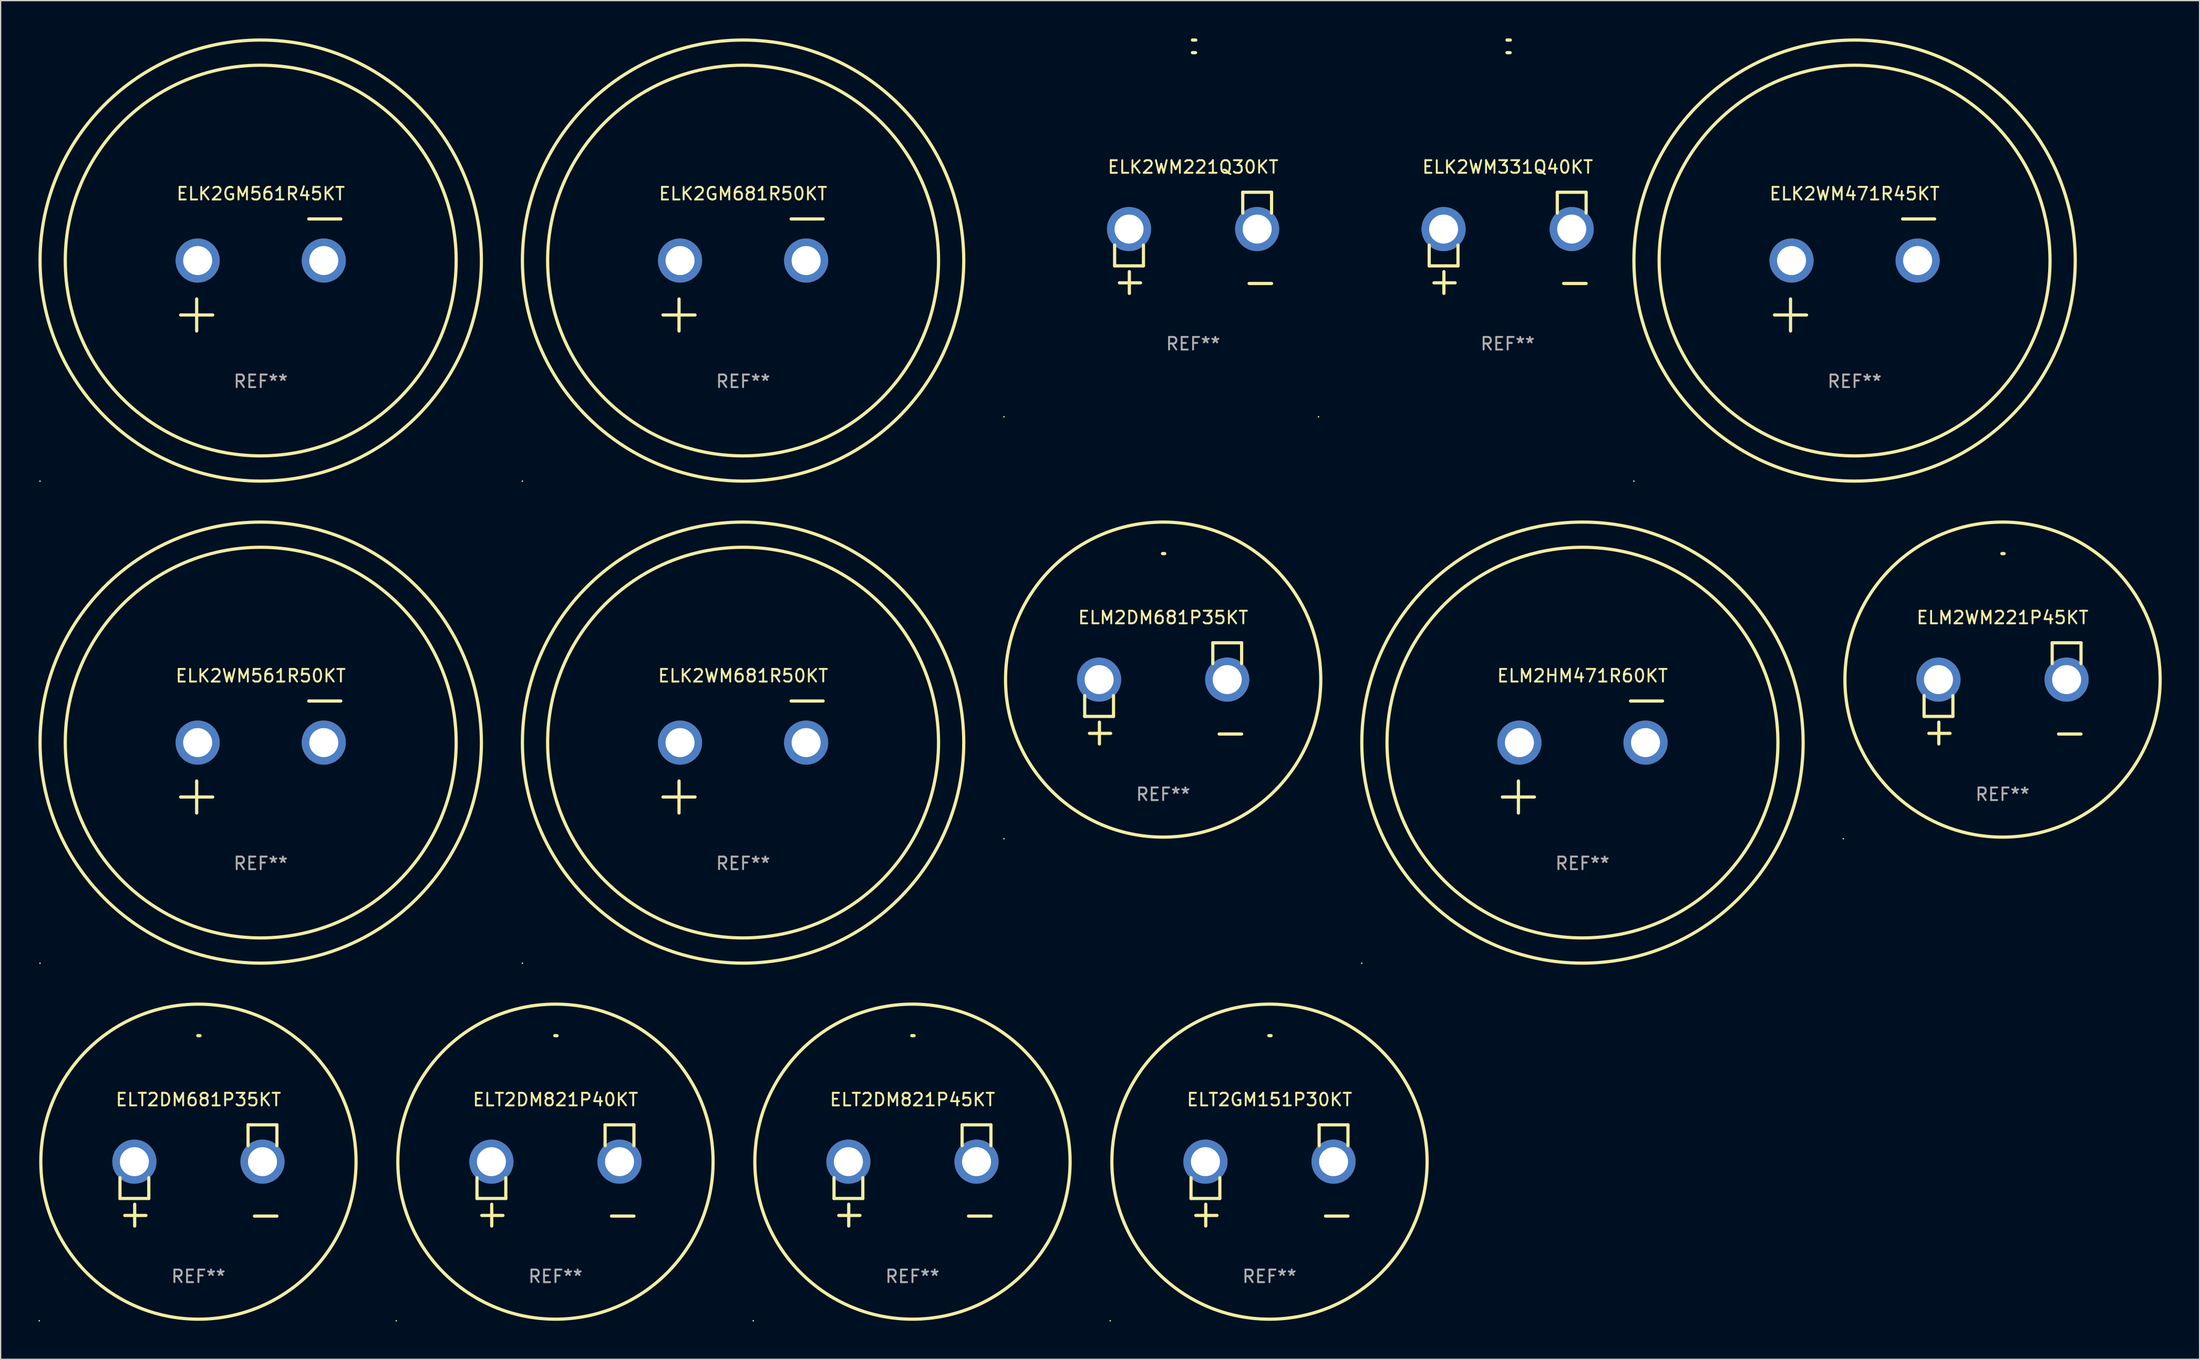
<source format=kicad_pcb>
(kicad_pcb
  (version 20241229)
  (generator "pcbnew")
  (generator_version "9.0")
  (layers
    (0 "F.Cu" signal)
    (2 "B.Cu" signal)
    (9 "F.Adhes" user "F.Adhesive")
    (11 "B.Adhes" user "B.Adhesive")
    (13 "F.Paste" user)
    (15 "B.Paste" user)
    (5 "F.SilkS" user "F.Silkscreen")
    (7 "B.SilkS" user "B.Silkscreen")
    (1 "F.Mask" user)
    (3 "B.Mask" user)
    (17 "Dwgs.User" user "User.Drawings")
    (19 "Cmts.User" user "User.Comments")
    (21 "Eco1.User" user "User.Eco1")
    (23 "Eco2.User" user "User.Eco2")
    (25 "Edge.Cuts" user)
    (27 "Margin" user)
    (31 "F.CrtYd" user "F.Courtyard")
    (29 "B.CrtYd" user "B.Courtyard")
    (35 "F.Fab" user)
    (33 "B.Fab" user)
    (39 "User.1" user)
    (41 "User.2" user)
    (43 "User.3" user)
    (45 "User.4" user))
  (footprint "ELK2GM681R50KT"
    (layer "F.Cu")
    (at 55.881 18.77)
    (property "Reference" "ELK2GM681R50KT" (at 0 -6.445 0) (layer "F.SilkS") (effects (font (size 1 1) (thickness 0.15))))
    (attr through_hole)
    (fp_line (start -6.35 3.175) (end -3.81 3.175) (stroke (width 0.254) (type solid)) (layer "F.SilkS"))
    (fp_line (start -5.08 1.905) (end -5.08 4.445) (stroke (width 0.254) (type solid)) (layer "F.SilkS"))
    (fp_line (start 3.81 -4.445) (end 6.35 -4.445) (stroke (width 0.254) (type solid)) (layer "F.SilkS"))
    (fp_circle (center -17.505 16.362) (end -17.475 16.362) (stroke (width 0.06) (type solid)) (fill no) (layer "F.SilkS"))
    (fp_circle (center 0 -1.143) (end 15.5 -1.143) (stroke (width 0.254) (type solid)) (fill no) (layer "F.SilkS"))
    (fp_circle (center 0 -1.143) (end 17.5 -1.143) (stroke (width 0.254) (type solid)) (fill no) (layer "F.SilkS"))
    (fp_text user "REF**" (at 0 8.445 0) (layer "F.Fab") (effects (font (size 1 1) (thickness 0.15))))
    (pad "1" thru_hole circle (at -5 -1.143) (size 3.5 3.5) (drill 2.3) (layers "*.Cu" "*.Mask"))
    (pad "2" thru_hole circle (at 5 -1.143) (size 3.5 3.5) (drill 2.3) (layers "*.Cu" "*.Mask")))
  (footprint "ELK2WM331Q40KT"
    (layer "F.Cu")
    (at 116.515 16.22)
    (property "Reference" "ELK2WM331Q40KT" (at 0 -6.013 0) (layer "F.SilkS") (effects (font (size 1 1) (thickness 0.15))))
    (attr through_hole)
    (fp_line (start -6.223 0.178) (end -6.223 1.829) (stroke (width 0.254) (type solid)) (layer "F.SilkS"))
    (fp_line (start -6.223 1.829) (end -3.937 1.829) (stroke (width 0.254) (type solid)) (layer "F.SilkS"))
    (fp_line (start -5.055 4.013) (end -5.055 2.286) (stroke (width 0.254) (type solid)) (layer "F.SilkS"))
    (fp_line (start -4.166 3.175) (end -5.842 3.175) (stroke (width 0.254) (type solid)) (layer "F.SilkS"))
    (fp_line (start -3.937 1.829) (end -3.937 0.178) (stroke (width 0.254) (type solid)) (layer "F.SilkS"))
    (fp_line (start 3.937 -4.013) (end 3.937 -2.362) (stroke (width 0.254) (type solid)) (layer "F.SilkS"))
    (fp_line (start 6.223 -4.013) (end 3.937 -4.013) (stroke (width 0.254) (type solid)) (layer "F.SilkS"))
    (fp_line (start 6.223 -2.362) (end 6.223 -4.013) (stroke (width 0.254) (type solid)) (layer "F.SilkS"))
    (fp_line (start 6.223 3.226) (end 4.445 3.226) (stroke (width 0.254) (type solid)) (layer "F.SilkS"))
    (fp_arc (start -0.0508 -16.093472) (mid 0.080016 -16.092762) (end 0.210821 -16.090932) (stroke (width 0.254001) (type solid)) (layer "F.SilkS"))
    (fp_arc (start -0.0508 -15.09271) (mid 0.071125 -15.091961) (end 0.19304 -15.09017) (stroke (width 0.254001) (type solid)) (layer "F.SilkS"))
    (fp_circle (center -15 13.808) (end -14.97 13.808) (stroke (width 0.06) (type solid)) (fill no) (layer "F.SilkS"))
    (fp_text user "REF**" (at 0 8.013 0) (layer "F.Fab") (effects (font (size 1 1) (thickness 0.15))))
    (pad "1" thru_hole circle (at -5.08 -1.092) (size 3.5 3.5) (drill 2.3) (layers "*.Cu" "*.Mask"))
    (pad "2" thru_hole circle (at 5.08 -1.092) (size 3.5 3.5) (drill 2.3) (layers "*.Cu" "*.Mask")))
  (footprint "ELK2GM561R45KT"
    (layer "F.Cu")
    (at 17.627 18.77)
    (property "Reference" "ELK2GM561R45KT" (at 0 -6.445 0) (layer "F.SilkS") (effects (font (size 1 1) (thickness 0.15))))
    (attr through_hole)
    (fp_line (start -6.35 3.175) (end -3.81 3.175) (stroke (width 0.254) (type solid)) (layer "F.SilkS"))
    (fp_line (start -5.08 1.905) (end -5.08 4.445) (stroke (width 0.254) (type solid)) (layer "F.SilkS"))
    (fp_line (start 3.81 -4.445) (end 6.35 -4.445) (stroke (width 0.254) (type solid)) (layer "F.SilkS"))
    (fp_circle (center -17.505 16.362) (end -17.475 16.362) (stroke (width 0.06) (type solid)) (fill no) (layer "F.SilkS"))
    (fp_circle (center 0 -1.143) (end 15.5 -1.143) (stroke (width 0.254) (type solid)) (fill no) (layer "F.SilkS"))
    (fp_circle (center 0 -1.143) (end 17.5 -1.143) (stroke (width 0.254) (type solid)) (fill no) (layer "F.SilkS"))
    (fp_text user "REF**" (at 0 8.445 0) (layer "F.Fab") (effects (font (size 1 1) (thickness 0.15))))
    (pad "1" thru_hole circle (at -5 -1.143) (size 3.5 3.5) (drill 2.3) (layers "*.Cu" "*.Mask"))
    (pad "2" thru_hole circle (at 5 -1.143) (size 3.5 3.5) (drill 2.3) (layers "*.Cu" "*.Mask")))
  (footprint "ELM2HM471R60KT"
    (layer "F.Cu")
    (at 122.449 57.024)
    (property "Reference" "ELM2HM471R60KT" (at 0 -6.445 0) (layer "F.SilkS") (effects (font (size 1 1) (thickness 0.15))))
    (attr through_hole)
    (fp_line (start -6.35 3.175) (end -3.81 3.175) (stroke (width 0.254) (type solid)) (layer "F.SilkS"))
    (fp_line (start -5.08 1.905) (end -5.08 4.445) (stroke (width 0.254) (type solid)) (layer "F.SilkS"))
    (fp_line (start 3.81 -4.445) (end 6.35 -4.445) (stroke (width 0.254) (type solid)) (layer "F.SilkS"))
    (fp_circle (center -17.505 16.362) (end -17.475 16.362) (stroke (width 0.06) (type solid)) (fill no) (layer "F.SilkS"))
    (fp_circle (center 0 -1.143) (end 15.5 -1.143) (stroke (width 0.254) (type solid)) (fill no) (layer "F.SilkS"))
    (fp_circle (center 0 -1.143) (end 17.5 -1.143) (stroke (width 0.254) (type solid)) (fill no) (layer "F.SilkS"))
    (fp_text user "REF**" (at 0 8.445 0) (layer "F.Fab") (effects (font (size 1 1) (thickness 0.15))))
    (pad "1" thru_hole circle (at -5 -1.143) (size 3.5 3.5) (drill 2.3) (layers "*.Cu" "*.Mask"))
    (pad "2" thru_hole circle (at 5 -1.143) (size 3.5 3.5) (drill 2.3) (layers "*.Cu" "*.Mask")))
  (footprint "ELK2WM221Q30KT"
    (layer "F.Cu")
    (at 91.569 16.22)
    (property "Reference" "ELK2WM221Q30KT" (at 0 -6.013 0) (layer "F.SilkS") (effects (font (size 1 1) (thickness 0.15))))
    (attr through_hole)
    (fp_line (start -6.223 0.178) (end -6.223 1.829) (stroke (width 0.254) (type solid)) (layer "F.SilkS"))
    (fp_line (start -6.223 1.829) (end -3.937 1.829) (stroke (width 0.254) (type solid)) (layer "F.SilkS"))
    (fp_line (start -5.055 4.013) (end -5.055 2.286) (stroke (width 0.254) (type solid)) (layer "F.SilkS"))
    (fp_line (start -4.166 3.175) (end -5.842 3.175) (stroke (width 0.254) (type solid)) (layer "F.SilkS"))
    (fp_line (start -3.937 1.829) (end -3.937 0.178) (stroke (width 0.254) (type solid)) (layer "F.SilkS"))
    (fp_line (start 3.937 -4.013) (end 3.937 -2.362) (stroke (width 0.254) (type solid)) (layer "F.SilkS"))
    (fp_line (start 6.223 -4.013) (end 3.937 -4.013) (stroke (width 0.254) (type solid)) (layer "F.SilkS"))
    (fp_line (start 6.223 -2.362) (end 6.223 -4.013) (stroke (width 0.254) (type solid)) (layer "F.SilkS"))
    (fp_line (start 6.223 3.226) (end 4.445 3.226) (stroke (width 0.254) (type solid)) (layer "F.SilkS"))
    (fp_arc (start -0.0508 -16.093472) (mid 0.080016 -16.092762) (end 0.210821 -16.090932) (stroke (width 0.254001) (type solid)) (layer "F.SilkS"))
    (fp_arc (start -0.0508 -15.09271) (mid 0.071125 -15.091961) (end 0.19304 -15.09017) (stroke (width 0.254001) (type solid)) (layer "F.SilkS"))
    (fp_circle (center -15 13.808) (end -14.97 13.808) (stroke (width 0.06) (type solid)) (fill no) (layer "F.SilkS"))
    (fp_text user "REF**" (at 0 8.013 0) (layer "F.Fab") (effects (font (size 1 1) (thickness 0.15))))
    (pad "1" thru_hole circle (at -5.08 -1.092) (size 3.5 3.5) (drill 2.3) (layers "*.Cu" "*.Mask"))
    (pad "2" thru_hole circle (at 5.08 -1.092) (size 3.5 3.5) (drill 2.3) (layers "*.Cu" "*.Mask")))
  (footprint "ELT2DM821P40KT"
    (layer "F.Cu")
    (at 41.001 90.228)
    (property "Reference" "ELT2DM821P40KT" (at 0 -6.013 0) (layer "F.SilkS") (effects (font (size 1 1) (thickness 0.15))))
    (attr through_hole)
    (fp_line (start -6.223 0.178) (end -6.223 1.829) (stroke (width 0.254) (type solid)) (layer "F.SilkS"))
    (fp_line (start -6.223 1.829) (end -3.937 1.829) (stroke (width 0.254) (type solid)) (layer "F.SilkS"))
    (fp_line (start -5.055 4.013) (end -5.055 2.286) (stroke (width 0.254) (type solid)) (layer "F.SilkS"))
    (fp_line (start -4.166 3.175) (end -5.842 3.175) (stroke (width 0.254) (type solid)) (layer "F.SilkS"))
    (fp_line (start -3.937 1.829) (end -3.937 0.178) (stroke (width 0.254) (type solid)) (layer "F.SilkS"))
    (fp_line (start 3.937 -4.013) (end 3.937 -2.362) (stroke (width 0.254) (type solid)) (layer "F.SilkS"))
    (fp_line (start 6.223 -4.013) (end 3.937 -4.013) (stroke (width 0.254) (type solid)) (layer "F.SilkS"))
    (fp_line (start 6.223 -2.362) (end 6.223 -4.013) (stroke (width 0.254) (type solid)) (layer "F.SilkS"))
    (fp_line (start 6.223 3.226) (end 4.445 3.226) (stroke (width 0.254) (type solid)) (layer "F.SilkS"))
    (fp_arc (start -0.0508 -11.092202) (mid 0.036835 -11.091307) (end 0.12446 -11.089662) (stroke (width 0.254001) (type solid)) (layer "F.SilkS"))
    (fp_circle (center -12.627 11.535) (end -12.597 11.535) (stroke (width 0.06) (type solid)) (fill no) (layer "F.SilkS"))
    (fp_circle (center 0 -1.092) (end 12.5 -1.092) (stroke (width 0.254) (type solid)) (fill no) (layer "F.SilkS"))
    (fp_text user "REF**" (at 0 8.013 0) (layer "F.Fab") (effects (font (size 1 1) (thickness 0.15))))
    (pad "1" thru_hole circle (at -5.08 -1.092) (size 3.5 3.5) (drill 2.3) (layers "*.Cu" "*.Mask"))
    (pad "2" thru_hole circle (at 5.08 -1.092) (size 3.5 3.5) (drill 2.3) (layers "*.Cu" "*.Mask")))
  (footprint "ELK2WM471R45KT"
    (layer "F.Cu")
    (at 144.029 18.77)
    (property "Reference" "ELK2WM471R45KT" (at 0 -6.445 0) (layer "F.SilkS") (effects (font (size 1 1) (thickness 0.15))))
    (attr through_hole)
    (fp_line (start -6.35 3.175) (end -3.81 3.175) (stroke (width 0.254) (type solid)) (layer "F.SilkS"))
    (fp_line (start -5.08 1.905) (end -5.08 4.445) (stroke (width 0.254) (type solid)) (layer "F.SilkS"))
    (fp_line (start 3.81 -4.445) (end 6.35 -4.445) (stroke (width 0.254) (type solid)) (layer "F.SilkS"))
    (fp_circle (center -17.505 16.362) (end -17.475 16.362) (stroke (width 0.06) (type solid)) (fill no) (layer "F.SilkS"))
    (fp_circle (center 0 -1.143) (end 15.5 -1.143) (stroke (width 0.254) (type solid)) (fill no) (layer "F.SilkS"))
    (fp_circle (center 0 -1.143) (end 17.5 -1.143) (stroke (width 0.254) (type solid)) (fill no) (layer "F.SilkS"))
    (fp_text user "REF**" (at 0 8.445 0) (layer "F.Fab") (effects (font (size 1 1) (thickness 0.15))))
    (pad "1" thru_hole circle (at -5 -1.143) (size 3.5 3.5) (drill 2.3) (layers "*.Cu" "*.Mask"))
    (pad "2" thru_hole circle (at 5 -1.143) (size 3.5 3.5) (drill 2.3) (layers "*.Cu" "*.Mask")))
  (footprint "ELT2GM151P30KT"
    (layer "F.Cu")
    (at 97.628 90.228)
    (property "Reference" "ELT2GM151P30KT" (at 0 -6.013 0) (layer "F.SilkS") (effects (font (size 1 1) (thickness 0.15))))
    (attr through_hole)
    (fp_line (start -6.223 0.178) (end -6.223 1.829) (stroke (width 0.254) (type solid)) (layer "F.SilkS"))
    (fp_line (start -6.223 1.829) (end -3.937 1.829) (stroke (width 0.254) (type solid)) (layer "F.SilkS"))
    (fp_line (start -5.055 4.013) (end -5.055 2.286) (stroke (width 0.254) (type solid)) (layer "F.SilkS"))
    (fp_line (start -4.166 3.175) (end -5.842 3.175) (stroke (width 0.254) (type solid)) (layer "F.SilkS"))
    (fp_line (start -3.937 1.829) (end -3.937 0.178) (stroke (width 0.254) (type solid)) (layer "F.SilkS"))
    (fp_line (start 3.937 -4.013) (end 3.937 -2.362) (stroke (width 0.254) (type solid)) (layer "F.SilkS"))
    (fp_line (start 6.223 -4.013) (end 3.937 -4.013) (stroke (width 0.254) (type solid)) (layer "F.SilkS"))
    (fp_line (start 6.223 -2.362) (end 6.223 -4.013) (stroke (width 0.254) (type solid)) (layer "F.SilkS"))
    (fp_line (start 6.223 3.226) (end 4.445 3.226) (stroke (width 0.254) (type solid)) (layer "F.SilkS"))
    (fp_arc (start -0.0508 -11.092202) (mid 0.036835 -11.091307) (end 0.12446 -11.089662) (stroke (width 0.254001) (type solid)) (layer "F.SilkS"))
    (fp_circle (center -12.627 11.535) (end -12.597 11.535) (stroke (width 0.06) (type solid)) (fill no) (layer "F.SilkS"))
    (fp_circle (center 0 -1.092) (end 12.5 -1.092) (stroke (width 0.254) (type solid)) (fill no) (layer "F.SilkS"))
    (fp_text user "REF**" (at 0 8.013 0) (layer "F.Fab") (effects (font (size 1 1) (thickness 0.15))))
    (pad "1" thru_hole circle (at -5.08 -1.092) (size 3.5 3.5) (drill 2.3) (layers "*.Cu" "*.Mask"))
    (pad "2" thru_hole circle (at 5.08 -1.092) (size 3.5 3.5) (drill 2.3) (layers "*.Cu" "*.Mask")))
  (footprint "ELK2WM561R50KT"
    (layer "F.Cu")
    (at 17.627 57.024)
    (property "Reference" "ELK2WM561R50KT" (at 0 -6.445 0) (layer "F.SilkS") (effects (font (size 1 1) (thickness 0.15))))
    (attr through_hole)
    (fp_line (start -6.35 3.175) (end -3.81 3.175) (stroke (width 0.254) (type solid)) (layer "F.SilkS"))
    (fp_line (start -5.08 1.905) (end -5.08 4.445) (stroke (width 0.254) (type solid)) (layer "F.SilkS"))
    (fp_line (start 3.81 -4.445) (end 6.35 -4.445) (stroke (width 0.254) (type solid)) (layer "F.SilkS"))
    (fp_circle (center -17.505 16.362) (end -17.475 16.362) (stroke (width 0.06) (type solid)) (fill no) (layer "F.SilkS"))
    (fp_circle (center 0 -1.143) (end 15.5 -1.143) (stroke (width 0.254) (type solid)) (fill no) (layer "F.SilkS"))
    (fp_circle (center 0 -1.143) (end 17.5 -1.143) (stroke (width 0.254) (type solid)) (fill no) (layer "F.SilkS"))
    (fp_text user "REF**" (at 0 8.445 0) (layer "F.Fab") (effects (font (size 1 1) (thickness 0.15))))
    (pad "1" thru_hole circle (at -5 -1.143) (size 3.5 3.5) (drill 2.3) (layers "*.Cu" "*.Mask"))
    (pad "2" thru_hole circle (at 5 -1.143) (size 3.5 3.5) (drill 2.3) (layers "*.Cu" "*.Mask")))
  (footprint "ELM2WM221P45KT"
    (layer "F.Cu")
    (at 155.763 51.973)
    (property "Reference" "ELM2WM221P45KT" (at 0 -6.013 0) (layer "F.SilkS") (effects (font (size 1 1) (thickness 0.15))))
    (attr through_hole)
    (fp_line (start -6.223 0.178) (end -6.223 1.829) (stroke (width 0.254) (type solid)) (layer "F.SilkS"))
    (fp_line (start -6.223 1.829) (end -3.937 1.829) (stroke (width 0.254) (type solid)) (layer "F.SilkS"))
    (fp_line (start -5.055 4.013) (end -5.055 2.286) (stroke (width 0.254) (type solid)) (layer "F.SilkS"))
    (fp_line (start -4.166 3.175) (end -5.842 3.175) (stroke (width 0.254) (type solid)) (layer "F.SilkS"))
    (fp_line (start -3.937 1.829) (end -3.937 0.178) (stroke (width 0.254) (type solid)) (layer "F.SilkS"))
    (fp_line (start 3.937 -4.013) (end 3.937 -2.362) (stroke (width 0.254) (type solid)) (layer "F.SilkS"))
    (fp_line (start 6.223 -4.013) (end 3.937 -4.013) (stroke (width 0.254) (type solid)) (layer "F.SilkS"))
    (fp_line (start 6.223 -2.362) (end 6.223 -4.013) (stroke (width 0.254) (type solid)) (layer "F.SilkS"))
    (fp_line (start 6.223 3.226) (end 4.445 3.226) (stroke (width 0.254) (type solid)) (layer "F.SilkS"))
    (fp_arc (start -0.0508 -11.092202) (mid 0.036835 -11.091307) (end 0.12446 -11.089662) (stroke (width 0.254001) (type solid)) (layer "F.SilkS"))
    (fp_circle (center -12.627 11.535) (end -12.597 11.535) (stroke (width 0.06) (type solid)) (fill no) (layer "F.SilkS"))
    (fp_circle (center 0 -1.092) (end 12.5 -1.092) (stroke (width 0.254) (type solid)) (fill no) (layer "F.SilkS"))
    (fp_text user "REF**" (at 0 8.013 0) (layer "F.Fab") (effects (font (size 1 1) (thickness 0.15))))
    (pad "1" thru_hole circle (at -5.08 -1.092) (size 3.5 3.5) (drill 2.3) (layers "*.Cu" "*.Mask"))
    (pad "2" thru_hole circle (at 5.08 -1.092) (size 3.5 3.5) (drill 2.3) (layers "*.Cu" "*.Mask")))
  (footprint "ELM2DM681P35KT"
    (layer "F.Cu")
    (at 89.195 51.973)
    (property "Reference" "ELM2DM681P35KT" (at 0 -6.013 0) (layer "F.SilkS") (effects (font (size 1 1) (thickness 0.15))))
    (attr through_hole)
    (fp_line (start -6.223 0.178) (end -6.223 1.829) (stroke (width 0.254) (type solid)) (layer "F.SilkS"))
    (fp_line (start -6.223 1.829) (end -3.937 1.829) (stroke (width 0.254) (type solid)) (layer "F.SilkS"))
    (fp_line (start -5.055 4.013) (end -5.055 2.286) (stroke (width 0.254) (type solid)) (layer "F.SilkS"))
    (fp_line (start -4.166 3.175) (end -5.842 3.175) (stroke (width 0.254) (type solid)) (layer "F.SilkS"))
    (fp_line (start -3.937 1.829) (end -3.937 0.178) (stroke (width 0.254) (type solid)) (layer "F.SilkS"))
    (fp_line (start 3.937 -4.013) (end 3.937 -2.362) (stroke (width 0.254) (type solid)) (layer "F.SilkS"))
    (fp_line (start 6.223 -4.013) (end 3.937 -4.013) (stroke (width 0.254) (type solid)) (layer "F.SilkS"))
    (fp_line (start 6.223 -2.362) (end 6.223 -4.013) (stroke (width 0.254) (type solid)) (layer "F.SilkS"))
    (fp_line (start 6.223 3.226) (end 4.445 3.226) (stroke (width 0.254) (type solid)) (layer "F.SilkS"))
    (fp_arc (start -0.0508 -11.092202) (mid 0.036835 -11.091307) (end 0.12446 -11.089662) (stroke (width 0.254001) (type solid)) (layer "F.SilkS"))
    (fp_circle (center -12.627 11.535) (end -12.597 11.535) (stroke (width 0.06) (type solid)) (fill no) (layer "F.SilkS"))
    (fp_circle (center 0 -1.092) (end 12.5 -1.092) (stroke (width 0.254) (type solid)) (fill no) (layer "F.SilkS"))
    (fp_text user "REF**" (at 0 8.013 0) (layer "F.Fab") (effects (font (size 1 1) (thickness 0.15))))
    (pad "1" thru_hole circle (at -5.08 -1.092) (size 3.5 3.5) (drill 2.3) (layers "*.Cu" "*.Mask"))
    (pad "2" thru_hole circle (at 5.08 -1.092) (size 3.5 3.5) (drill 2.3) (layers "*.Cu" "*.Mask")))
  (footprint "ELT2DM681P35KT"
    (layer "F.Cu")
    (at 12.687 90.228)
    (property "Reference" "ELT2DM681P35KT" (at 0 -6.013 0) (layer "F.SilkS") (effects (font (size 1 1) (thickness 0.15))))
    (attr through_hole)
    (fp_line (start -6.223 0.178) (end -6.223 1.829) (stroke (width 0.254) (type solid)) (layer "F.SilkS"))
    (fp_line (start -6.223 1.829) (end -3.937 1.829) (stroke (width 0.254) (type solid)) (layer "F.SilkS"))
    (fp_line (start -5.055 4.013) (end -5.055 2.286) (stroke (width 0.254) (type solid)) (layer "F.SilkS"))
    (fp_line (start -4.166 3.175) (end -5.842 3.175) (stroke (width 0.254) (type solid)) (layer "F.SilkS"))
    (fp_line (start -3.937 1.829) (end -3.937 0.178) (stroke (width 0.254) (type solid)) (layer "F.SilkS"))
    (fp_line (start 3.937 -4.013) (end 3.937 -2.362) (stroke (width 0.254) (type solid)) (layer "F.SilkS"))
    (fp_line (start 6.223 -4.013) (end 3.937 -4.013) (stroke (width 0.254) (type solid)) (layer "F.SilkS"))
    (fp_line (start 6.223 -2.362) (end 6.223 -4.013) (stroke (width 0.254) (type solid)) (layer "F.SilkS"))
    (fp_line (start 6.223 3.226) (end 4.445 3.226) (stroke (width 0.254) (type solid)) (layer "F.SilkS"))
    (fp_arc (start -0.0508 -11.092202) (mid 0.036835 -11.091307) (end 0.12446 -11.089662) (stroke (width 0.254001) (type solid)) (layer "F.SilkS"))
    (fp_circle (center -12.627 11.535) (end -12.597 11.535) (stroke (width 0.06) (type solid)) (fill no) (layer "F.SilkS"))
    (fp_circle (center 0 -1.092) (end 12.5 -1.092) (stroke (width 0.254) (type solid)) (fill no) (layer "F.SilkS"))
    (fp_text user "REF**" (at 0 8.013 0) (layer "F.Fab") (effects (font (size 1 1) (thickness 0.15))))
    (pad "1" thru_hole circle (at -5.08 -1.092) (size 3.5 3.5) (drill 2.3) (layers "*.Cu" "*.Mask"))
    (pad "2" thru_hole circle (at 5.08 -1.092) (size 3.5 3.5) (drill 2.3) (layers "*.Cu" "*.Mask")))
  (footprint "ELK2WM681R50KT"
    (layer "F.Cu")
    (at 55.881 57.024)
    (property "Reference" "ELK2WM681R50KT" (at 0 -6.445 0) (layer "F.SilkS") (effects (font (size 1 1) (thickness 0.15))))
    (attr through_hole)
    (fp_line (start -6.35 3.175) (end -3.81 3.175) (stroke (width 0.254) (type solid)) (layer "F.SilkS"))
    (fp_line (start -5.08 1.905) (end -5.08 4.445) (stroke (width 0.254) (type solid)) (layer "F.SilkS"))
    (fp_line (start 3.81 -4.445) (end 6.35 -4.445) (stroke (width 0.254) (type solid)) (layer "F.SilkS"))
    (fp_circle (center -17.505 16.362) (end -17.475 16.362) (stroke (width 0.06) (type solid)) (fill no) (layer "F.SilkS"))
    (fp_circle (center 0 -1.143) (end 15.5 -1.143) (stroke (width 0.254) (type solid)) (fill no) (layer "F.SilkS"))
    (fp_circle (center 0 -1.143) (end 17.5 -1.143) (stroke (width 0.254) (type solid)) (fill no) (layer "F.SilkS"))
    (fp_text user "REF**" (at 0 8.445 0) (layer "F.Fab") (effects (font (size 1 1) (thickness 0.15))))
    (pad "1" thru_hole circle (at -5 -1.143) (size 3.5 3.5) (drill 2.3) (layers "*.Cu" "*.Mask"))
    (pad "2" thru_hole circle (at 5 -1.143) (size 3.5 3.5) (drill 2.3) (layers "*.Cu" "*.Mask")))
  (footprint "ELT2DM821P45KT"
    (layer "F.Cu")
    (at 69.314 90.228)
    (property "Reference" "ELT2DM821P45KT" (at 0 -6.013 0) (layer "F.SilkS") (effects (font (size 1 1) (thickness 0.15))))
    (attr through_hole)
    (fp_line (start -6.223 0.178) (end -6.223 1.829) (stroke (width 0.254) (type solid)) (layer "F.SilkS"))
    (fp_line (start -6.223 1.829) (end -3.937 1.829) (stroke (width 0.254) (type solid)) (layer "F.SilkS"))
    (fp_line (start -5.055 4.013) (end -5.055 2.286) (stroke (width 0.254) (type solid)) (layer "F.SilkS"))
    (fp_line (start -4.166 3.175) (end -5.842 3.175) (stroke (width 0.254) (type solid)) (layer "F.SilkS"))
    (fp_line (start -3.937 1.829) (end -3.937 0.178) (stroke (width 0.254) (type solid)) (layer "F.SilkS"))
    (fp_line (start 3.937 -4.013) (end 3.937 -2.362) (stroke (width 0.254) (type solid)) (layer "F.SilkS"))
    (fp_line (start 6.223 -4.013) (end 3.937 -4.013) (stroke (width 0.254) (type solid)) (layer "F.SilkS"))
    (fp_line (start 6.223 -2.362) (end 6.223 -4.013) (stroke (width 0.254) (type solid)) (layer "F.SilkS"))
    (fp_line (start 6.223 3.226) (end 4.445 3.226) (stroke (width 0.254) (type solid)) (layer "F.SilkS"))
    (fp_arc (start -0.0508 -11.092202) (mid 0.036835 -11.091307) (end 0.12446 -11.089662) (stroke (width 0.254001) (type solid)) (layer "F.SilkS"))
    (fp_circle (center -12.627 11.535) (end -12.597 11.535) (stroke (width 0.06) (type solid)) (fill no) (layer "F.SilkS"))
    (fp_circle (center 0 -1.092) (end 12.5 -1.092) (stroke (width 0.254) (type solid)) (fill no) (layer "F.SilkS"))
    (fp_text user "REF**" (at 0 8.013 0) (layer "F.Fab") (effects (font (size 1 1) (thickness 0.15))))
    (pad "1" thru_hole circle (at -5.08 -1.092) (size 3.5 3.5) (drill 2.3) (layers "*.Cu" "*.Mask"))
    (pad "2" thru_hole circle (at 5.08 -1.092) (size 3.5 3.5) (drill 2.3) (layers "*.Cu" "*.Mask")))
  (gr_rect
    (start -3 -3)
    (end 171.39 104.822)
    (stroke (width 0.1) (type default))
    (fill no)
    (layer "Edge.Cuts")))
</source>
